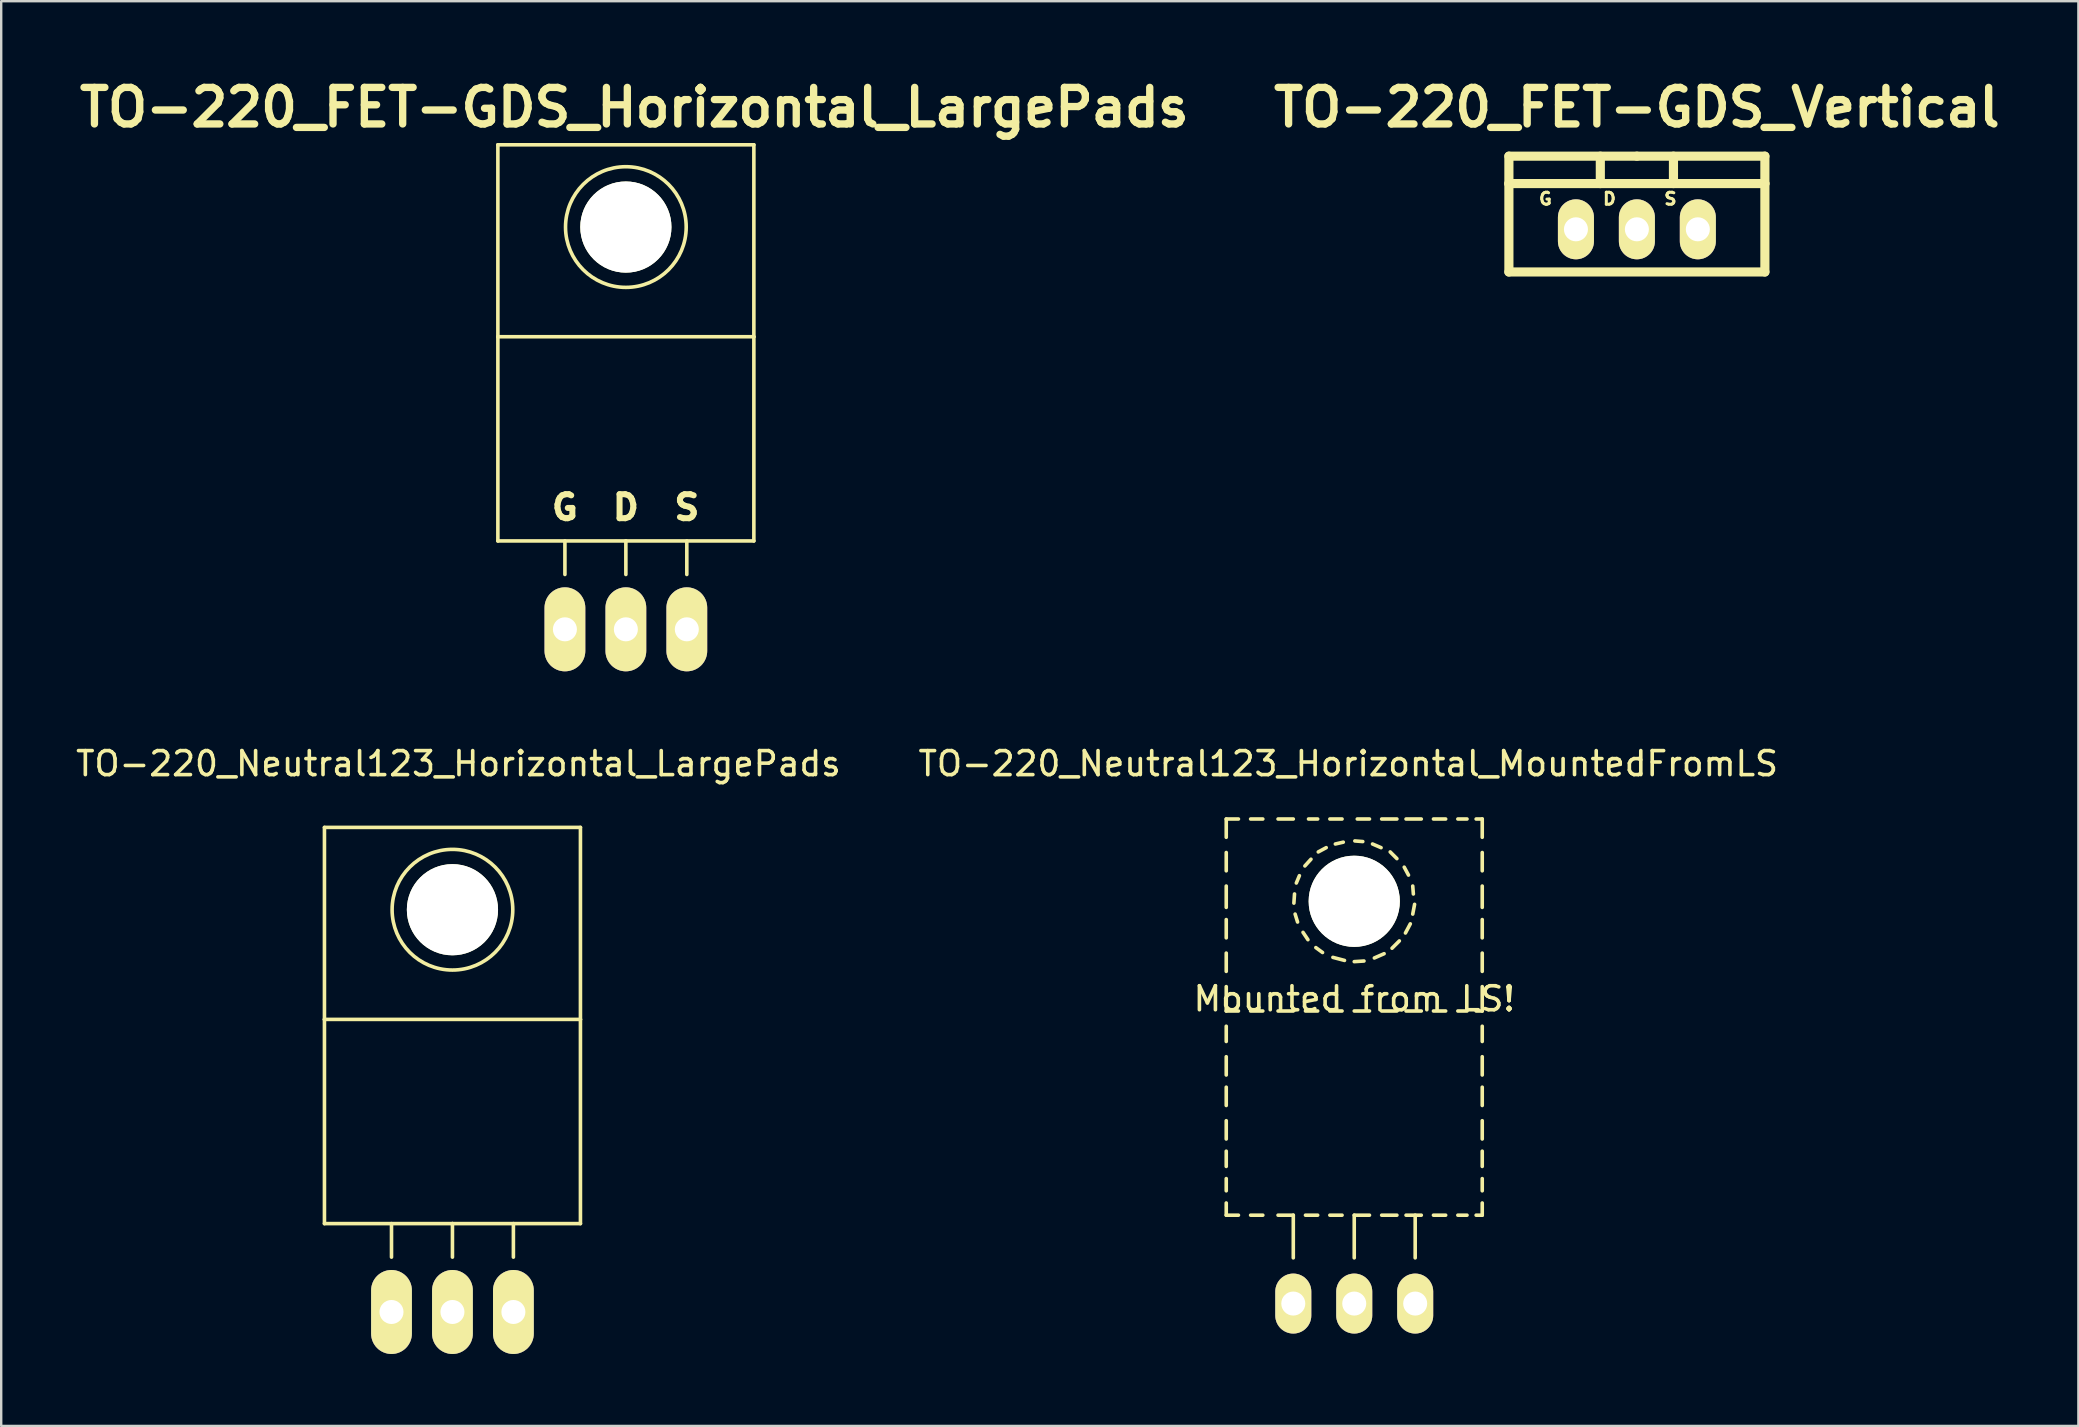
<source format=kicad_pcb>
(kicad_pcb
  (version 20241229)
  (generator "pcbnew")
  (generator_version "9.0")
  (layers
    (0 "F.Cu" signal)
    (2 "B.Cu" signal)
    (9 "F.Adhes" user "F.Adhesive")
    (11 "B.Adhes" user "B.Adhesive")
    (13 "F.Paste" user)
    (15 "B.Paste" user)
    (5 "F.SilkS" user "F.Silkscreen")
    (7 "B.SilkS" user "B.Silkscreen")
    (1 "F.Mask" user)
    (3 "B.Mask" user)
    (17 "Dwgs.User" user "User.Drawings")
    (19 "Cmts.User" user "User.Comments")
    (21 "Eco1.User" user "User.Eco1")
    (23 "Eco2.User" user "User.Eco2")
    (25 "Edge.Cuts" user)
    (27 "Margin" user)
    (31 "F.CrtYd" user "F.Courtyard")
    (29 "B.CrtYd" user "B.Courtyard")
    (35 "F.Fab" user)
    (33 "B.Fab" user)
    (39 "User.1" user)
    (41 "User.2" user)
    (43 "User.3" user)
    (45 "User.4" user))
  (footprint "TO-220_Neutral123_Horizontal_MountedFromLS"
    (layer "F.Cu")
    (at 53.386 51.274)
    (property "Reference" "TO-220_Neutral123_Horizontal_MountedFromLS" (at -0.249 -22.499 0) (layer "F.SilkS") (effects (font (size 1 1) (thickness 0.15))))
    (attr through_hole)
    (fp_line (start -5.334 -20.193) (end -5.334 -19.431) (stroke (width 0.15) (type solid)) (layer "F.SilkS"))
    (fp_line (start -5.334 -20.193) (end -4.826 -20.193) (stroke (width 0.15) (type solid)) (layer "F.SilkS"))
    (fp_line (start -5.334 -18.796) (end -5.334 -18.034) (stroke (width 0.15) (type solid)) (layer "F.SilkS"))
    (fp_line (start -5.334 -17.399) (end -5.334 -16.51) (stroke (width 0.15) (type solid)) (layer "F.SilkS"))
    (fp_line (start -5.334 -16.002) (end -5.334 -15.24) (stroke (width 0.15) (type solid)) (layer "F.SilkS"))
    (fp_line (start -5.334 -14.605) (end -5.334 -13.843) (stroke (width 0.15) (type solid)) (layer "F.SilkS"))
    (fp_line (start -5.334 -13.208) (end -5.334 -12.192) (stroke (width 0.15) (type solid)) (layer "F.SilkS"))
    (fp_line (start -5.334 -12.192) (end -4.826 -12.192) (stroke (width 0.15) (type solid)) (layer "F.SilkS"))
    (fp_line (start -5.334 -11.557) (end -5.334 -10.922) (stroke (width 0.15) (type solid)) (layer "F.SilkS"))
    (fp_line (start -5.334 -10.287) (end -5.334 -9.525) (stroke (width 0.15) (type solid)) (layer "F.SilkS"))
    (fp_line (start -5.334 -9.017) (end -5.334 -8.255) (stroke (width 0.15) (type solid)) (layer "F.SilkS"))
    (fp_line (start -5.334 -7.62) (end -5.334 -6.858) (stroke (width 0.15) (type solid)) (layer "F.SilkS"))
    (fp_line (start -5.334 -6.35) (end -5.334 -5.715) (stroke (width 0.15) (type solid)) (layer "F.SilkS"))
    (fp_line (start -5.334 -5.207) (end -5.334 -4.699) (stroke (width 0.15) (type solid)) (layer "F.SilkS"))
    (fp_line (start -5.334 -4.191) (end -5.334 -3.683) (stroke (width 0.15) (type solid)) (layer "F.SilkS"))
    (fp_line (start -5.334 -3.683) (end -4.826 -3.683) (stroke (width 0.15) (type solid)) (layer "F.SilkS"))
    (fp_line (start -4.318 -20.193) (end -3.81 -20.193) (stroke (width 0.15) (type solid)) (layer "F.SilkS"))
    (fp_line (start -4.318 -12.192) (end -3.81 -12.192) (stroke (width 0.15) (type solid)) (layer "F.SilkS"))
    (fp_line (start -4.318 -3.683) (end -3.81 -3.683) (stroke (width 0.15) (type solid)) (layer "F.SilkS"))
    (fp_line (start -3.175 -20.193) (end -2.54 -20.193) (stroke (width 0.15) (type solid)) (layer "F.SilkS"))
    (fp_line (start -3.175 -12.192) (end -2.54 -12.192) (stroke (width 0.15) (type solid)) (layer "F.SilkS"))
    (fp_line (start -3.175 -3.683) (end -2.54 -3.683) (stroke (width 0.15) (type solid)) (layer "F.SilkS"))
    (fp_line (start -2.54 -3.683) (end -2.54 -1.905) (stroke (width 0.15) (type solid)) (layer "F.SilkS"))
    (fp_line (start -2.515 -16.688) (end -2.489 -17.069) (stroke (width 0.15) (type solid)) (layer "F.SilkS"))
    (fp_line (start -2.413 -17.526) (end -2.286 -17.831) (stroke (width 0.15) (type solid)) (layer "F.SilkS"))
    (fp_line (start -2.362 -15.9) (end -2.464 -16.231) (stroke (width 0.15) (type solid)) (layer "F.SilkS"))
    (fp_line (start -2.057 -18.237) (end -1.803 -18.517) (stroke (width 0.15) (type solid)) (layer "F.SilkS"))
    (fp_line (start -2.032 -12.192) (end -1.524 -12.192) (stroke (width 0.15) (type solid)) (layer "F.SilkS"))
    (fp_line (start -2.032 -3.683) (end -1.524 -3.683) (stroke (width 0.15) (type solid)) (layer "F.SilkS"))
    (fp_line (start -1.93 -15.164) (end -2.134 -15.469) (stroke (width 0.15) (type solid)) (layer "F.SilkS"))
    (fp_line (start -1.905 -20.193) (end -1.524 -20.193) (stroke (width 0.15) (type solid)) (layer "F.SilkS"))
    (fp_line (start -1.499 -18.821) (end -1.168 -18.999) (stroke (width 0.15) (type solid)) (layer "F.SilkS"))
    (fp_line (start -1.321 -14.63) (end -1.6 -14.834) (stroke (width 0.15) (type solid)) (layer "F.SilkS"))
    (fp_line (start -1.016 -20.193) (end -0.508 -20.193) (stroke (width 0.15) (type solid)) (layer "F.SilkS"))
    (fp_line (start -1.016 -12.192) (end -0.508 -12.192) (stroke (width 0.15) (type solid)) (layer "F.SilkS"))
    (fp_line (start -1.016 -3.683) (end -0.508 -3.683) (stroke (width 0.15) (type solid)) (layer "F.SilkS"))
    (fp_line (start -0.787 -19.152) (end -0.457 -19.228) (stroke (width 0.15) (type solid)) (layer "F.SilkS"))
    (fp_line (start -0.406 -14.3) (end -0.889 -14.427) (stroke (width 0.15) (type solid)) (layer "F.SilkS"))
    (fp_line (start 0 -12.192) (end 0.635 -12.192) (stroke (width 0.15) (type solid)) (layer "F.SilkS"))
    (fp_line (start 0 -3.683) (end 0 -1.905) (stroke (width 0.15) (type solid)) (layer "F.SilkS"))
    (fp_line (start 0 -3.683) (end 0.635 -3.683) (stroke (width 0.15) (type solid)) (layer "F.SilkS"))
    (fp_line (start 0.025 -19.279) (end 0.356 -19.253) (stroke (width 0.15) (type solid)) (layer "F.SilkS"))
    (fp_line (start 0.127 -20.193) (end 0.635 -20.193) (stroke (width 0.15) (type solid)) (layer "F.SilkS"))
    (fp_line (start 0.406 -14.275) (end 0 -14.249) (stroke (width 0.15) (type solid)) (layer "F.SilkS"))
    (fp_line (start 0.762 -19.152) (end 1.118 -18.999) (stroke (width 0.15) (type solid)) (layer "F.SilkS"))
    (fp_line (start 1.143 -20.193) (end 1.778 -20.193) (stroke (width 0.15) (type solid)) (layer "F.SilkS"))
    (fp_line (start 1.143 -12.192) (end 1.778 -12.192) (stroke (width 0.15) (type solid)) (layer "F.SilkS"))
    (fp_line (start 1.143 -3.683) (end 1.778 -3.683) (stroke (width 0.15) (type solid)) (layer "F.SilkS"))
    (fp_line (start 1.245 -14.58) (end 0.838 -14.402) (stroke (width 0.15) (type solid)) (layer "F.SilkS"))
    (fp_line (start 1.499 -18.821) (end 1.778 -18.542) (stroke (width 0.15) (type solid)) (layer "F.SilkS"))
    (fp_line (start 1.88 -15.113) (end 1.575 -14.808) (stroke (width 0.15) (type solid)) (layer "F.SilkS"))
    (fp_line (start 2.083 -18.186) (end 2.261 -17.856) (stroke (width 0.15) (type solid)) (layer "F.SilkS"))
    (fp_line (start 2.159 -20.193) (end 2.794 -20.193) (stroke (width 0.15) (type solid)) (layer "F.SilkS"))
    (fp_line (start 2.159 -12.192) (end 2.794 -12.192) (stroke (width 0.15) (type solid)) (layer "F.SilkS"))
    (fp_line (start 2.159 -3.683) (end 2.794 -3.683) (stroke (width 0.15) (type solid)) (layer "F.SilkS"))
    (fp_line (start 2.337 -15.824) (end 2.134 -15.443) (stroke (width 0.15) (type solid)) (layer "F.SilkS"))
    (fp_line (start 2.438 -17.399) (end 2.464 -17.069) (stroke (width 0.15) (type solid)) (layer "F.SilkS"))
    (fp_line (start 2.515 -16.637) (end 2.438 -16.231) (stroke (width 0.15) (type solid)) (layer "F.SilkS"))
    (fp_line (start 2.54 -3.683) (end 2.54 -1.905) (stroke (width 0.15) (type solid)) (layer "F.SilkS"))
    (fp_line (start 3.302 -20.193) (end 3.81 -20.193) (stroke (width 0.15) (type solid)) (layer "F.SilkS"))
    (fp_line (start 3.302 -12.192) (end 3.81 -12.192) (stroke (width 0.15) (type solid)) (layer "F.SilkS"))
    (fp_line (start 3.302 -3.683) (end 3.81 -3.683) (stroke (width 0.15) (type solid)) (layer "F.SilkS"))
    (fp_line (start 4.318 -20.193) (end 4.699 -20.193) (stroke (width 0.15) (type solid)) (layer "F.SilkS"))
    (fp_line (start 4.318 -12.192) (end 4.699 -12.192) (stroke (width 0.15) (type solid)) (layer "F.SilkS"))
    (fp_line (start 4.318 -3.683) (end 4.699 -3.683) (stroke (width 0.15) (type solid)) (layer "F.SilkS"))
    (fp_line (start 5.08 -20.193) (end 5.334 -20.193) (stroke (width 0.15) (type solid)) (layer "F.SilkS"))
    (fp_line (start 5.08 -12.192) (end 5.334 -12.192) (stroke (width 0.15) (type solid)) (layer "F.SilkS"))
    (fp_line (start 5.08 -3.683) (end 5.334 -3.683) (stroke (width 0.15) (type solid)) (layer "F.SilkS"))
    (fp_line (start 5.334 -20.193) (end 5.334 -19.431) (stroke (width 0.15) (type solid)) (layer "F.SilkS"))
    (fp_line (start 5.334 -18.796) (end 5.334 -18.034) (stroke (width 0.15) (type solid)) (layer "F.SilkS"))
    (fp_line (start 5.334 -17.399) (end 5.334 -16.51) (stroke (width 0.15) (type solid)) (layer "F.SilkS"))
    (fp_line (start 5.334 -16.002) (end 5.334 -15.24) (stroke (width 0.15) (type solid)) (layer "F.SilkS"))
    (fp_line (start 5.334 -14.605) (end 5.334 -13.843) (stroke (width 0.15) (type solid)) (layer "F.SilkS"))
    (fp_line (start 5.334 -13.208) (end 5.334 -12.192) (stroke (width 0.15) (type solid)) (layer "F.SilkS"))
    (fp_line (start 5.334 -11.557) (end 5.334 -10.922) (stroke (width 0.15) (type solid)) (layer "F.SilkS"))
    (fp_line (start 5.334 -10.287) (end 5.334 -9.525) (stroke (width 0.15) (type solid)) (layer "F.SilkS"))
    (fp_line (start 5.334 -9.017) (end 5.334 -8.255) (stroke (width 0.15) (type solid)) (layer "F.SilkS"))
    (fp_line (start 5.334 -7.62) (end 5.334 -6.858) (stroke (width 0.15) (type solid)) (layer "F.SilkS"))
    (fp_line (start 5.334 -6.35) (end 5.334 -5.715) (stroke (width 0.15) (type solid)) (layer "F.SilkS"))
    (fp_line (start 5.334 -5.207) (end 5.334 -4.699) (stroke (width 0.15) (type solid)) (layer "F.SilkS"))
    (fp_line (start 5.334 -4.191) (end 5.334 -3.683) (stroke (width 0.15) (type solid)) (layer "F.SilkS"))
    (fp_text user "Mounted from LS!" (at 0 -12.7 0) (layer "F.SilkS") (effects (font (size 1 1) (thickness 0.15))))
    (pad "" np_thru_hole circle (at 0 -16.764 90) (size 3.8 3.8) (drill 3.8) (layers "*.Cu" "*.Mask" "F.SilkS"))
    (pad "1" thru_hole oval (at 2.54 0 90) (size 2.499 1.501) (drill 1.001) (layers "*.Cu" "*.Mask" "F.SilkS"))
    (pad "2" thru_hole oval (at 0 0 90) (size 2.499 1.501) (drill 1.001) (layers "*.Cu" "*.Mask" "F.SilkS"))
    (pad "3" thru_hole oval (at -2.54 0 90) (size 2.499 1.501) (drill 1.001) (layers "*.Cu" "*.Mask" "F.SilkS")))
  (footprint "TO-220_FET-GDS_Vertical"
    (layer "F.Cu")
    (at 65.165 6.506)
    (property "Reference" "TO-220_FET-GDS_Vertical" (at 0 -5.08 0) (layer "F.SilkS") (effects (font (size 1.524 1.524) (thickness 0.305))))
    (attr through_hole)
    (fp_line (start -5.334 -1.905) (end -5.334 -3.048) (stroke (width 0.381) (type solid)) (layer "F.SilkS"))
    (fp_line (start -5.334 1.778) (end -5.334 -1.905) (stroke (width 0.381) (type solid)) (layer "F.SilkS"))
    (fp_line (start -1.524 -3.048) (end -1.524 -1.905) (stroke (width 0.381) (type solid)) (layer "F.SilkS"))
    (fp_line (start 0 -3.048) (end -5.334 -3.048) (stroke (width 0.381) (type solid)) (layer "F.SilkS"))
    (fp_line (start 0 -3.048) (end 5.334 -3.048) (stroke (width 0.381) (type solid)) (layer "F.SilkS"))
    (fp_line (start 1.524 -3.048) (end 1.524 -1.905) (stroke (width 0.381) (type solid)) (layer "F.SilkS"))
    (fp_line (start 5.334 -3.048) (end 5.334 -1.905) (stroke (width 0.381) (type solid)) (layer "F.SilkS"))
    (fp_line (start 5.334 -1.905) (end -5.334 -1.905) (stroke (width 0.381) (type solid)) (layer "F.SilkS"))
    (fp_line (start 5.334 -1.905) (end 5.334 1.778) (stroke (width 0.381) (type solid)) (layer "F.SilkS"))
    (fp_line (start 5.334 1.778) (end -5.334 1.778) (stroke (width 0.381) (type solid)) (layer "F.SilkS"))
    (fp_text user "D" (at -1.143 -1.27 0) (layer "F.SilkS") (effects (font (size 0.5 0.5) (thickness 0.124))))
    (fp_text user "S" (at 1.397 -1.27 0) (layer "F.SilkS") (effects (font (size 0.5 0.5) (thickness 0.124))))
    (fp_text user "G" (at -3.81 -1.27 0) (layer "F.SilkS") (effects (font (size 0.5 0.5) (thickness 0.124))))
    (pad "D" thru_hole oval (at 0 0 90) (size 2.499 1.501) (drill 1.001) (layers "*.Cu" "*.Mask" "F.SilkS"))
    (pad "G" thru_hole oval (at -2.54 0 90) (size 2.499 1.501) (drill 1.001) (layers "*.Cu" "*.Mask" "F.SilkS"))
    (pad "S" thru_hole oval (at 2.54 0 90) (size 2.499 1.501) (drill 1.001) (layers "*.Cu" "*.Mask" "F.SilkS")))
  (footprint "TO-220_Neutral123_Horizontal_LargePads"
    (layer "F.Cu")
    (at 15.805 51.625)
    (property "Reference" "TO-220_Neutral123_Horizontal_LargePads" (at 0.249 -22.85 0) (layer "F.SilkS") (effects (font (size 1 1) (thickness 0.15))))
    (attr through_hole)
    (fp_line (start -5.334 -20.193) (end -5.334 -12.192) (stroke (width 0.15) (type solid)) (layer "F.SilkS"))
    (fp_line (start -5.334 -12.192) (end -5.334 -3.683) (stroke (width 0.15) (type solid)) (layer "F.SilkS"))
    (fp_line (start -2.54 -3.683) (end -2.54 -2.286) (stroke (width 0.15) (type solid)) (layer "F.SilkS"))
    (fp_line (start 0 -3.683) (end -5.334 -3.683) (stroke (width 0.15) (type solid)) (layer "F.SilkS"))
    (fp_line (start 0 -3.683) (end 0 -2.286) (stroke (width 0.15) (type solid)) (layer "F.SilkS"))
    (fp_line (start 0 -3.683) (end 5.334 -3.683) (stroke (width 0.15) (type solid)) (layer "F.SilkS"))
    (fp_line (start 2.54 -3.683) (end 2.54 -2.286) (stroke (width 0.15) (type solid)) (layer "F.SilkS"))
    (fp_line (start 5.334 -20.193) (end -5.334 -20.193) (stroke (width 0.15) (type solid)) (layer "F.SilkS"))
    (fp_line (start 5.334 -12.192) (end -5.334 -12.192) (stroke (width 0.15) (type solid)) (layer "F.SilkS"))
    (fp_line (start 5.334 -12.192) (end 5.334 -20.193) (stroke (width 0.15) (type solid)) (layer "F.SilkS"))
    (fp_line (start 5.334 -3.683) (end 5.334 -12.192) (stroke (width 0.15) (type solid)) (layer "F.SilkS"))
    (fp_circle (center 0 -16.764) (end 1.778 -14.986) (stroke (width 0.15) (type solid)) (fill no) (layer "F.SilkS"))
    (pad "" np_thru_hole circle (at 0 -16.764 90) (size 3.8 3.8) (drill 3.8) (layers "*.Cu" "*.Mask" "F.SilkS"))
    (pad "1" thru_hole oval (at -2.54 0 90) (size 3.5 1.699) (drill 1.001) (layers "*.Cu" "*.Mask" "F.SilkS"))
    (pad "2" thru_hole oval (at 0 0 90) (size 3.5 1.699) (drill 1.001) (layers "*.Cu" "*.Mask" "F.SilkS"))
    (pad "3" thru_hole oval (at 2.54 0 90) (size 3.5 1.699) (drill 1.001) (layers "*.Cu" "*.Mask" "F.SilkS")))
  (footprint "TO-220_FET-GDS_Horizontal_LargePads"
    (layer "F.Cu")
    (at 23.032 23.176)
    (property "Reference" "TO-220_FET-GDS_Horizontal_LargePads" (at 0.351 -21.75 0) (layer "F.SilkS") (effects (font (size 1.524 1.524) (thickness 0.305))))
    (attr through_hole)
    (fp_line (start -5.334 -20.193) (end -5.334 -12.192) (stroke (width 0.15) (type solid)) (layer "F.SilkS"))
    (fp_line (start -5.334 -12.192) (end -5.334 -3.683) (stroke (width 0.15) (type solid)) (layer "F.SilkS"))
    (fp_line (start -2.54 -3.683) (end -2.54 -2.286) (stroke (width 0.15) (type solid)) (layer "F.SilkS"))
    (fp_line (start 0 -3.683) (end -5.334 -3.683) (stroke (width 0.15) (type solid)) (layer "F.SilkS"))
    (fp_line (start 0 -3.683) (end 0 -2.286) (stroke (width 0.15) (type solid)) (layer "F.SilkS"))
    (fp_line (start 0 -3.683) (end 5.334 -3.683) (stroke (width 0.15) (type solid)) (layer "F.SilkS"))
    (fp_line (start 2.54 -3.683) (end 2.54 -2.286) (stroke (width 0.15) (type solid)) (layer "F.SilkS"))
    (fp_line (start 5.334 -20.193) (end -5.334 -20.193) (stroke (width 0.15) (type solid)) (layer "F.SilkS"))
    (fp_line (start 5.334 -12.192) (end -5.334 -12.192) (stroke (width 0.15) (type solid)) (layer "F.SilkS"))
    (fp_line (start 5.334 -12.192) (end 5.334 -20.193) (stroke (width 0.15) (type solid)) (layer "F.SilkS"))
    (fp_line (start 5.334 -3.683) (end 5.334 -12.192) (stroke (width 0.15) (type solid)) (layer "F.SilkS"))
    (fp_circle (center 0 -16.764) (end 1.778 -14.986) (stroke (width 0.15) (type solid)) (fill no) (layer "F.SilkS"))
    (fp_text user "G" (at -2.54 -5.08 0) (layer "F.SilkS") (effects (font (size 1.001 1.001) (thickness 0.251))))
    (fp_text user "S" (at 2.54 -5.08 0) (layer "F.SilkS") (effects (font (size 1.001 1.001) (thickness 0.251))))
    (fp_text user "D" (at 0 -5.08 0) (layer "F.SilkS") (effects (font (size 1.001 1.001) (thickness 0.251))))
    (pad "" np_thru_hole circle (at 0 -16.764 90) (size 3.8 3.8) (drill 3.8) (layers "*.Cu" "*.Mask" "F.SilkS"))
    (pad "D" thru_hole oval (at 0 0 90) (size 3.5 1.699) (drill 1.001) (layers "*.Cu" "*.Mask" "F.SilkS"))
    (pad "G" thru_hole oval (at -2.54 0 90) (size 3.5 1.699) (drill 1.001) (layers "*.Cu" "*.Mask" "F.SilkS"))
    (pad "S" thru_hole oval (at 2.54 0 90) (size 3.5 1.699) (drill 1.001) (layers "*.Cu" "*.Mask" "F.SilkS")))
  (gr_rect
    (start -3 -3)
    (end 83.564 56.375)
    (stroke (width 0.1) (type default))
    (fill no)
    (layer "Edge.Cuts")))
</source>
